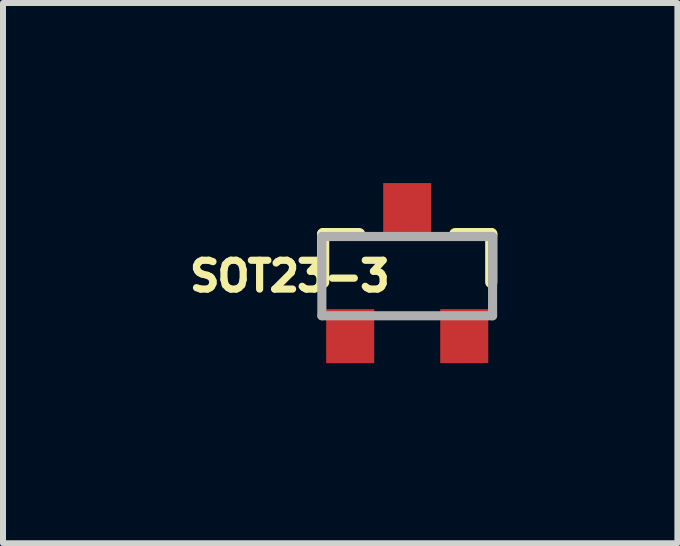
<source format=kicad_pcb>
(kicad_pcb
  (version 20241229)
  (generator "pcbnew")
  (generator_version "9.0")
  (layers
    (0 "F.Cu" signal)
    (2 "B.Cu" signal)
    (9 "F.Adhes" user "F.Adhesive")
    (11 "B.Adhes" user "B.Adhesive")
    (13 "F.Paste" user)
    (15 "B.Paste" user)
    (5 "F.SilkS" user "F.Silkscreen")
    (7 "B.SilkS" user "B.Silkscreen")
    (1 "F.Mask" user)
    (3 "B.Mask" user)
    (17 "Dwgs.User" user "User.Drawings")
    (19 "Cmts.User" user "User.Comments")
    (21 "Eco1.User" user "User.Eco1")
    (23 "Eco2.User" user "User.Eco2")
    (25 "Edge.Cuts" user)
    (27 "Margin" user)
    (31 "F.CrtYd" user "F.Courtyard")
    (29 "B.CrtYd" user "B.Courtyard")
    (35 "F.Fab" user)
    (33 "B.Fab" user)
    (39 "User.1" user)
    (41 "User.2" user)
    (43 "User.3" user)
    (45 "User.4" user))
  (footprint "SOT23-3"
    (layer "F.Cu")
    (at 3.734 1.55)
    (property "Reference" "SOT23-3" (at -1.956 0 180) (layer "F.SilkS") (effects (font (size 0.48 0.48) (thickness 0.15))))
    (attr through_hole)
    (fp_line (start -1.4 -0.7) (end -1.4 0.1) (stroke (width 0.203) (type solid)) (layer "F.SilkS"))
    (fp_line (start -0.8 -0.7) (end -1.4 -0.7) (stroke (width 0.203) (type solid)) (layer "F.SilkS"))
    (fp_line (start 0.8 -0.7) (end 1.4 -0.7) (stroke (width 0.203) (type solid)) (layer "F.SilkS"))
    (fp_line (start 1.4 -0.7) (end 1.4 0.1) (stroke (width 0.203) (type solid)) (layer "F.SilkS"))
    (fp_line (start -1.422 -0.66) (end 1.422 -0.66) (stroke (width 0.152) (type solid)) (layer "F.Fab"))
    (fp_line (start -1.422 0.66) (end -1.422 -0.66) (stroke (width 0.152) (type solid)) (layer "F.Fab"))
    (fp_line (start 1.422 -0.66) (end 1.422 0.66) (stroke (width 0.152) (type solid)) (layer "F.Fab"))
    (fp_line (start 1.422 0.66) (end -1.422 0.66) (stroke (width 0.152) (type solid)) (layer "F.Fab"))
    (pad "1" smd rect (at -0.95 1) (size 0.8 0.9) (layers "F.Cu" "F.Mask" "F.Paste"))
    (pad "2" smd rect (at 0.95 1) (size 0.8 0.9) (layers "F.Cu" "F.Mask" "F.Paste"))
    (pad "3" smd rect (at 0 -1.1) (size 0.8 0.9) (layers "F.Cu" "F.Mask" "F.Paste")))
  (gr_rect
    (start -3 -3)
    (end 8.235 6)
    (stroke (width 0.1) (type default))
    (fill no)
    (layer "Edge.Cuts")))
</source>
